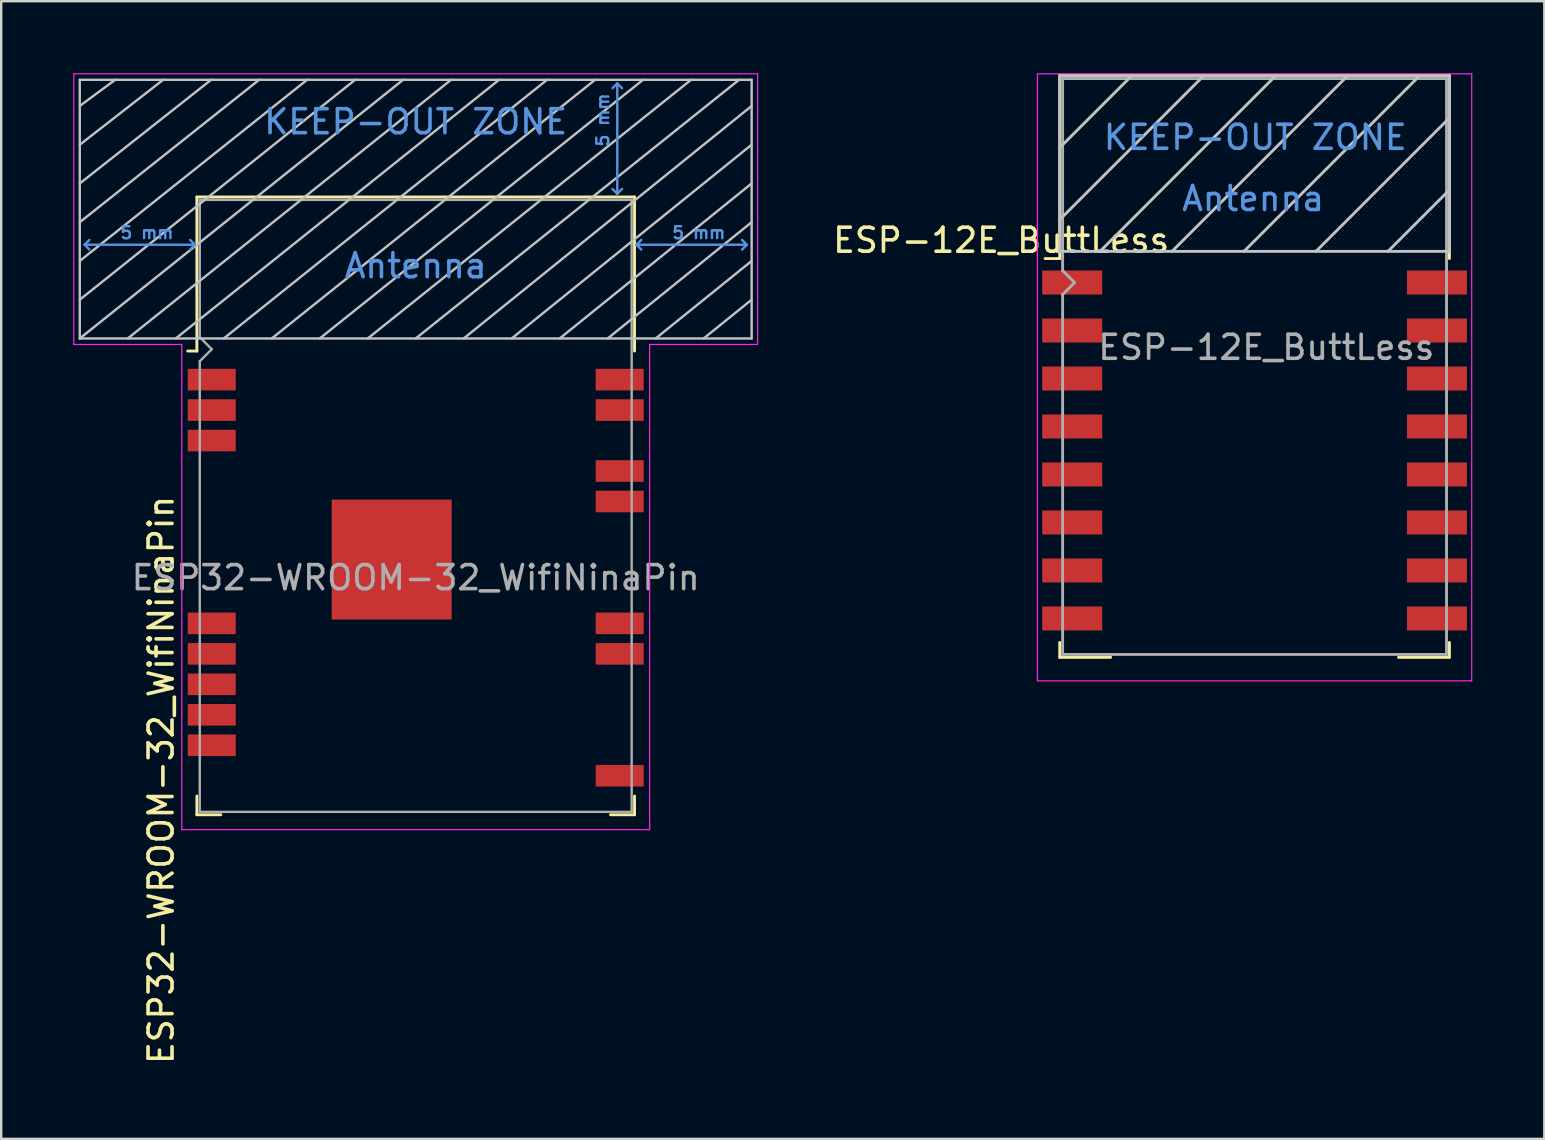
<source format=kicad_pcb>
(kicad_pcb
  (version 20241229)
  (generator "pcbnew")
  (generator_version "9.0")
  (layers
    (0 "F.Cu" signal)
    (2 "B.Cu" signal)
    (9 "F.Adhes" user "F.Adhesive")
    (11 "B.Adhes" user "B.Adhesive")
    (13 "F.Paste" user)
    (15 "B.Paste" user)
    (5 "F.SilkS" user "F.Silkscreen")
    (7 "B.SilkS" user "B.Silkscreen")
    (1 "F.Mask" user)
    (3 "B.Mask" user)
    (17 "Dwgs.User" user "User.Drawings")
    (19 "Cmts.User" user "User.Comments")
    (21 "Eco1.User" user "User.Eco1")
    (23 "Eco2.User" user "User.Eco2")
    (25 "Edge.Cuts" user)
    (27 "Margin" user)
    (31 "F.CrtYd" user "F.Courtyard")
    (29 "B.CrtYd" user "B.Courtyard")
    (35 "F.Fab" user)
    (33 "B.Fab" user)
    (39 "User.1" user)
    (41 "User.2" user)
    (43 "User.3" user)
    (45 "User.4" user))
  (footprint "ESP32-WROOM-32_WifiNinaPin"
    (layer "F.Cu")
    (at 14.275 21.025)
    (property "Reference" "ESP32-WROOM-32_WifiNinaPin" (at -10.61 8.43 90) (layer "F.SilkS") (effects (font (size 1 1) (thickness 0.15))))
    (attr smd)
    (fp_line (start -9.12 -15.865) (end -9.12 -9.445) (stroke (width 0.12) (type solid)) (layer "F.SilkS"))
    (fp_line (start -9.12 -15.865) (end 9.12 -15.865) (stroke (width 0.12) (type solid)) (layer "F.SilkS"))
    (fp_line (start -9.12 -9.445) (end -9.5 -9.445) (stroke (width 0.12) (type solid)) (layer "F.SilkS"))
    (fp_line (start -9.12 9.1) (end -9.12 9.88) (stroke (width 0.12) (type solid)) (layer "F.SilkS"))
    (fp_line (start -9.12 9.88) (end -8.12 9.88) (stroke (width 0.12) (type solid)) (layer "F.SilkS"))
    (fp_line (start 9.12 -15.865) (end 9.12 -9.445) (stroke (width 0.12) (type solid)) (layer "F.SilkS"))
    (fp_line (start 9.12 9.1) (end 9.12 9.88) (stroke (width 0.12) (type solid)) (layer "F.SilkS"))
    (fp_line (start 9.12 9.88) (end 8.12 9.88) (stroke (width 0.12) (type solid)) (layer "F.SilkS"))
    (fp_line (start -14 -9.97) (end -14 -20.75) (stroke (width 0.1) (type solid)) (layer "Dwgs.User"))
    (fp_line (start -12.525 -20.75) (end -14 -19.66) (stroke (width 0.1) (type solid)) (layer "Dwgs.User"))
    (fp_line (start -10.525 -20.75) (end -14 -18.045) (stroke (width 0.1) (type solid)) (layer "Dwgs.User"))
    (fp_line (start -8.525 -20.75) (end -14 -16.43) (stroke (width 0.1) (type solid)) (layer "Dwgs.User"))
    (fp_line (start -8 -9.97) (end 5.475 -20.75) (stroke (width 0.1) (type solid)) (layer "Dwgs.User"))
    (fp_line (start -6.525 -20.75) (end -14 -14.815) (stroke (width 0.1) (type solid)) (layer "Dwgs.User"))
    (fp_line (start -4.525 -20.75) (end -14 -13.2) (stroke (width 0.1) (type solid)) (layer "Dwgs.User"))
    (fp_line (start -2.525 -20.75) (end -14 -11.585) (stroke (width 0.1) (type solid)) (layer "Dwgs.User"))
    (fp_line (start -0.525 -20.75) (end -14 -9.97) (stroke (width 0.1) (type solid)) (layer "Dwgs.User"))
    (fp_line (start 1.475 -20.75) (end -12 -9.97) (stroke (width 0.1) (type solid)) (layer "Dwgs.User"))
    (fp_line (start 3.475 -20.75) (end -10 -9.97) (stroke (width 0.1) (type solid)) (layer "Dwgs.User"))
    (fp_line (start 7.475 -20.75) (end -6 -9.97) (stroke (width 0.1) (type solid)) (layer "Dwgs.User"))
    (fp_line (start 9.475 -20.75) (end -4 -9.97) (stroke (width 0.1) (type solid)) (layer "Dwgs.User"))
    (fp_line (start 11.475 -20.75) (end -2 -9.97) (stroke (width 0.1) (type solid)) (layer "Dwgs.User"))
    (fp_line (start 13.475 -20.75) (end 0 -9.97) (stroke (width 0.1) (type solid)) (layer "Dwgs.User"))
    (fp_line (start 14 -20.75) (end -14 -20.75) (stroke (width 0.1) (type solid)) (layer "Dwgs.User"))
    (fp_line (start 14 -19.66) (end 2 -9.97) (stroke (width 0.1) (type solid)) (layer "Dwgs.User"))
    (fp_line (start 14 -18.045) (end 4 -9.97) (stroke (width 0.1) (type solid)) (layer "Dwgs.User"))
    (fp_line (start 14 -16.43) (end 6 -9.97) (stroke (width 0.1) (type solid)) (layer "Dwgs.User"))
    (fp_line (start 14 -14.815) (end 8 -9.97) (stroke (width 0.1) (type solid)) (layer "Dwgs.User"))
    (fp_line (start 14 -13.2) (end 10 -9.97) (stroke (width 0.1) (type solid)) (layer "Dwgs.User"))
    (fp_line (start 14 -11.585) (end 12 -9.97) (stroke (width 0.1) (type solid)) (layer "Dwgs.User"))
    (fp_line (start 14 -9.97) (end -14 -9.97) (stroke (width 0.1) (type solid)) (layer "Dwgs.User"))
    (fp_line (start 14 -9.97) (end 14 -20.75) (stroke (width 0.1) (type solid)) (layer "Dwgs.User"))
    (fp_line (start -13.8 -13.875) (end -13.6 -14.075) (stroke (width 0.1) (type solid)) (layer "Cmts.User"))
    (fp_line (start -13.8 -13.875) (end -13.6 -13.675) (stroke (width 0.1) (type solid)) (layer "Cmts.User"))
    (fp_line (start -13.8 -13.875) (end -9.2 -13.875) (stroke (width 0.1) (type solid)) (layer "Cmts.User"))
    (fp_line (start -9.2 -13.875) (end -9.4 -14.075) (stroke (width 0.1) (type solid)) (layer "Cmts.User"))
    (fp_line (start -9.2 -13.875) (end -9.4 -13.675) (stroke (width 0.1) (type solid)) (layer "Cmts.User"))
    (fp_line (start 8.4 -20.6) (end 8.2 -20.4) (stroke (width 0.1) (type solid)) (layer "Cmts.User"))
    (fp_line (start 8.4 -20.6) (end 8.6 -20.4) (stroke (width 0.1) (type solid)) (layer "Cmts.User"))
    (fp_line (start 8.4 -16) (end 8.2 -16.2) (stroke (width 0.1) (type solid)) (layer "Cmts.User"))
    (fp_line (start 8.4 -16) (end 8.4 -20.6) (stroke (width 0.1) (type solid)) (layer "Cmts.User"))
    (fp_line (start 8.4 -16) (end 8.6 -16.2) (stroke (width 0.1) (type solid)) (layer "Cmts.User"))
    (fp_line (start 9.2 -13.875) (end 9.4 -14.075) (stroke (width 0.1) (type solid)) (layer "Cmts.User"))
    (fp_line (start 9.2 -13.875) (end 9.4 -13.675) (stroke (width 0.1) (type solid)) (layer "Cmts.User"))
    (fp_line (start 9.2 -13.875) (end 13.8 -13.875) (stroke (width 0.1) (type solid)) (layer "Cmts.User"))
    (fp_line (start 13.8 -13.875) (end 13.6 -14.075) (stroke (width 0.1) (type solid)) (layer "Cmts.User"))
    (fp_line (start 13.8 -13.875) (end 13.6 -13.675) (stroke (width 0.1) (type solid)) (layer "Cmts.User"))
    (fp_line (start -14.25 -21) (end -14.25 -9.72) (stroke (width 0.05) (type solid)) (layer "F.CrtYd"))
    (fp_line (start -14.25 -21) (end 14.25 -21) (stroke (width 0.05) (type solid)) (layer "F.CrtYd"))
    (fp_line (start -14.25 -9.72) (end -9.75 -9.72) (stroke (width 0.05) (type solid)) (layer "F.CrtYd"))
    (fp_line (start -9.75 10.5) (end -9.75 -9.72) (stroke (width 0.05) (type solid)) (layer "F.CrtYd"))
    (fp_line (start -9.75 10.5) (end 9.75 10.5) (stroke (width 0.05) (type solid)) (layer "F.CrtYd"))
    (fp_line (start 9.75 -9.72) (end 9.75 10.5) (stroke (width 0.05) (type solid)) (layer "F.CrtYd"))
    (fp_line (start 9.75 -9.72) (end 14.25 -9.72) (stroke (width 0.05) (type solid)) (layer "F.CrtYd"))
    (fp_line (start 14.25 -21) (end 14.25 -9.72) (stroke (width 0.05) (type solid)) (layer "F.CrtYd"))
    (fp_line (start -9 -15.745) (end -9 -10.02) (stroke (width 0.1) (type solid)) (layer "F.Fab"))
    (fp_line (start -9 -15.745) (end 9 -15.745) (stroke (width 0.1) (type solid)) (layer "F.Fab"))
    (fp_line (start -9 -9.02) (end -9 9.76) (stroke (width 0.1) (type solid)) (layer "F.Fab"))
    (fp_line (start -9 -9.02) (end -8.5 -9.52) (stroke (width 0.1) (type solid)) (layer "F.Fab"))
    (fp_line (start -9 9.76) (end 9 9.76) (stroke (width 0.1) (type solid)) (layer "F.Fab"))
    (fp_line (start -8.5 -9.52) (end -9 -10.02) (stroke (width 0.1) (type solid)) (layer "F.Fab"))
    (fp_line (start 9 9.76) (end 9 -15.745) (stroke (width 0.1) (type solid)) (layer "F.Fab"))
    (fp_text user "5 mm" (at 7.8 -19.075 90) (layer "Cmts.User") (effects (font (size 0.5 0.5) (thickness 0.1))))
    (fp_text user "5 mm" (at -11.2 -14.375 0) (layer "Cmts.User") (effects (font (size 0.5 0.5) (thickness 0.1))))
    (fp_text user "Antenna" (at 0 -13 0) (layer "Cmts.User") (effects (font (size 1 1) (thickness 0.15))))
    (fp_text user "5 mm" (at 11.8 -14.375 0) (layer "Cmts.User") (effects (font (size 0.5 0.5) (thickness 0.1))))
    (fp_text user "KEEP-OUT ZONE" (at 0 -19 0) (layer "Cmts.User") (effects (font (size 1 1) (thickness 0.15))))
    (fp_text user "${REFERENCE}" (at 0 0 0) (layer "F.Fab") (effects (font (size 1 1) (thickness 0.15))))
    (pad "1" smd rect (at -8.5 -8.255) (size 2 0.9) (layers "F.Cu" "F.Mask" "F.Paste"))
    (pad "2" smd rect (at -8.5 -6.985) (size 2 0.9) (layers "F.Cu" "F.Mask" "F.Paste"))
    (pad "3" smd rect (at -8.5 -5.715) (size 2 0.9) (layers "F.Cu" "F.Mask" "F.Paste"))
    (pad "9" smd rect (at -8.5 1.905) (size 2 0.9) (layers "F.Cu" "F.Mask" "F.Paste"))
    (pad "10" smd rect (at -8.5 3.175) (size 2 0.9) (layers "F.Cu" "F.Mask" "F.Paste"))
    (pad "11" smd rect (at -8.5 4.445) (size 2 0.9) (layers "F.Cu" "F.Mask" "F.Paste"))
    (pad "12" smd rect (at -8.5 5.715) (size 2 0.9) (layers "F.Cu" "F.Mask" "F.Paste"))
    (pad "13" smd rect (at -8.5 6.985) (size 2 0.9) (layers "F.Cu" "F.Mask" "F.Paste"))
    (pad "25" smd rect (at 8.5 8.255) (size 2 0.9) (layers "F.Cu" "F.Mask" "F.Paste"))
    (pad "29" smd rect (at 8.5 3.175) (size 2 0.9) (layers "F.Cu" "F.Mask" "F.Paste"))
    (pad "30" smd rect (at 8.5 1.905) (size 2 0.9) (layers "F.Cu" "F.Mask" "F.Paste"))
    (pad "34" smd rect (at 8.5 -3.175) (size 2 0.9) (layers "F.Cu" "F.Mask" "F.Paste"))
    (pad "35" smd rect (at 8.5 -4.445) (size 2 0.9) (layers "F.Cu" "F.Mask" "F.Paste"))
    (pad "37" smd rect (at 8.5 -6.985) (size 2 0.9) (layers "F.Cu" "F.Mask" "F.Paste"))
    (pad "38" smd rect (at 8.5 -8.255) (size 2 0.9) (layers "F.Cu" "F.Mask" "F.Paste"))
    (pad "39" smd rect (at -1 -0.755) (size 5 5) (layers "F.Cu" "F.Mask" "F.Paste")))
  (footprint "ESP-12E_ButtLess"
    (layer "F.Cu")
    (at 49.235 12.225)
    (property "Reference" "ESP-12E_ButtLess" (at -10.56 -5.26 0) (layer "F.SilkS") (effects (font (size 1 1) (thickness 0.15))))
    (attr smd)
    (fp_line (start -8.12 -12.12) (end 8.12 -12.12) (stroke (width 0.12) (type solid)) (layer "F.SilkS"))
    (fp_line (start -8.12 -4.5) (end -8.73 -4.5) (stroke (width 0.12) (type solid)) (layer "F.SilkS"))
    (fp_line (start -8.12 -4.5) (end -8.12 -12.12) (stroke (width 0.12) (type solid)) (layer "F.SilkS"))
    (fp_line (start -8.12 12.12) (end -8.12 11.5) (stroke (width 0.12) (type solid)) (layer "F.SilkS"))
    (fp_line (start -6 12.12) (end -8.12 12.12) (stroke (width 0.12) (type solid)) (layer "F.SilkS"))
    (fp_line (start 8.12 -12.12) (end 8.12 -4.5) (stroke (width 0.12) (type solid)) (layer "F.SilkS"))
    (fp_line (start 8.12 11.5) (end 8.12 12.12) (stroke (width 0.12) (type solid)) (layer "F.SilkS"))
    (fp_line (start 8.12 12.12) (end 6 12.12) (stroke (width 0.12) (type solid)) (layer "F.SilkS"))
    (fp_line (start -8.12 -12.12) (end 8.12 -12.12) (stroke (width 0.12) (type solid)) (layer "Dwgs.User"))
    (fp_line (start -8.12 -9.12) (end -5.12 -12.12) (stroke (width 0.12) (type solid)) (layer "Dwgs.User"))
    (fp_line (start -8.12 -6.12) (end -2.12 -12.12) (stroke (width 0.12) (type solid)) (layer "Dwgs.User"))
    (fp_line (start -8.12 -4.8) (end -8.12 -12.12) (stroke (width 0.12) (type solid)) (layer "Dwgs.User"))
    (fp_line (start -6.44 -4.8) (end 0.88 -12.12) (stroke (width 0.12) (type solid)) (layer "Dwgs.User"))
    (fp_line (start -3.44 -4.8) (end 3.88 -12.12) (stroke (width 0.12) (type solid)) (layer "Dwgs.User"))
    (fp_line (start -0.44 -4.8) (end 6.88 -12.12) (stroke (width 0.12) (type solid)) (layer "Dwgs.User"))
    (fp_line (start 2.56 -4.8) (end 8.12 -10.36) (stroke (width 0.12) (type solid)) (layer "Dwgs.User"))
    (fp_line (start 5.56 -4.8) (end 8.12 -7.36) (stroke (width 0.12) (type solid)) (layer "Dwgs.User"))
    (fp_line (start 8.12 -12.12) (end 8.12 -4.8) (stroke (width 0.12) (type solid)) (layer "Dwgs.User"))
    (fp_line (start 8.12 -4.8) (end -8.12 -4.8) (stroke (width 0.12) (type solid)) (layer "Dwgs.User"))
    (fp_line (start -9.05 -12.2) (end 9.05 -12.2) (stroke (width 0.05) (type solid)) (layer "F.CrtYd"))
    (fp_line (start -9.05 13.1) (end -9.05 -12.2) (stroke (width 0.05) (type solid)) (layer "F.CrtYd"))
    (fp_line (start 9.05 -12.2) (end 9.05 13.1) (stroke (width 0.05) (type solid)) (layer "F.CrtYd"))
    (fp_line (start 9.05 13.1) (end -9.05 13.1) (stroke (width 0.05) (type solid)) (layer "F.CrtYd"))
    (fp_line (start -8 -12) (end 8 -12) (stroke (width 0.12) (type solid)) (layer "F.Fab"))
    (fp_line (start -8 -4) (end -8 -12) (stroke (width 0.12) (type solid)) (layer "F.Fab"))
    (fp_line (start -8 -3) (end -7.5 -3.5) (stroke (width 0.12) (type solid)) (layer "F.Fab"))
    (fp_line (start -8 12) (end -8 -3) (stroke (width 0.12) (type solid)) (layer "F.Fab"))
    (fp_line (start -7.5 -3.5) (end -8 -4) (stroke (width 0.12) (type solid)) (layer "F.Fab"))
    (fp_line (start 8 -12) (end 8 12) (stroke (width 0.12) (type solid)) (layer "F.Fab"))
    (fp_line (start 8 12) (end -8 12) (stroke (width 0.12) (type solid)) (layer "F.Fab"))
    (fp_text user "KEEP-OUT ZONE" (at 0.03 -9.55 180) (layer "Cmts.User") (effects (font (size 1 1) (thickness 0.15))))
    (fp_text user "Antenna" (at -0.06 -7 180) (layer "Cmts.User") (effects (font (size 1 1) (thickness 0.15))))
    (fp_text user "${REFERENCE}" (at 0.49 -0.8 0) (layer "F.Fab") (effects (font (size 1 1) (thickness 0.15))))
    (pad "1" smd rect (at -7.6 -3.5) (size 2.5 1) (layers "F.Cu" "F.Mask" "F.Paste"))
    (pad "2" smd rect (at -7.6 -1.5) (size 2.5 1) (layers "F.Cu" "F.Mask" "F.Paste"))
    (pad "3" smd rect (at -7.6 0.5) (size 2.5 1) (layers "F.Cu" "F.Mask" "F.Paste"))
    (pad "4" smd rect (at -7.6 2.5) (size 2.5 1) (layers "F.Cu" "F.Mask" "F.Paste"))
    (pad "5" smd rect (at -7.6 4.5) (size 2.5 1) (layers "F.Cu" "F.Mask" "F.Paste"))
    (pad "6" smd rect (at -7.6 6.5) (size 2.5 1) (layers "F.Cu" "F.Mask" "F.Paste"))
    (pad "7" smd rect (at -7.6 8.5) (size 2.5 1) (layers "F.Cu" "F.Mask" "F.Paste"))
    (pad "8" smd rect (at -7.6 10.5) (size 2.5 1) (layers "F.Cu" "F.Mask" "F.Paste"))
    (pad "15" smd rect (at 7.6 10.5) (size 2.5 1) (layers "F.Cu" "F.Mask" "F.Paste"))
    (pad "16" smd rect (at 7.6 8.5) (size 2.5 1) (layers "F.Cu" "F.Mask" "F.Paste"))
    (pad "17" smd rect (at 7.6 6.5) (size 2.5 1) (layers "F.Cu" "F.Mask" "F.Paste"))
    (pad "18" smd rect (at 7.6 4.5) (size 2.5 1) (layers "F.Cu" "F.Mask" "F.Paste"))
    (pad "19" smd rect (at 7.6 2.5) (size 2.5 1) (layers "F.Cu" "F.Mask" "F.Paste"))
    (pad "20" smd rect (at 7.6 0.5) (size 2.5 1) (layers "F.Cu" "F.Mask" "F.Paste"))
    (pad "21" smd rect (at 7.6 -1.5) (size 2.5 1) (layers "F.Cu" "F.Mask" "F.Paste"))
    (pad "22" smd rect (at 7.6 -3.5) (size 2.5 1) (layers "F.Cu" "F.Mask" "F.Paste")))
  (gr_rect
    (start -3 -3)
    (end 61.31 44.413)
    (stroke (width 0.1) (type default))
    (fill no)
    (layer "Edge.Cuts")))
</source>
